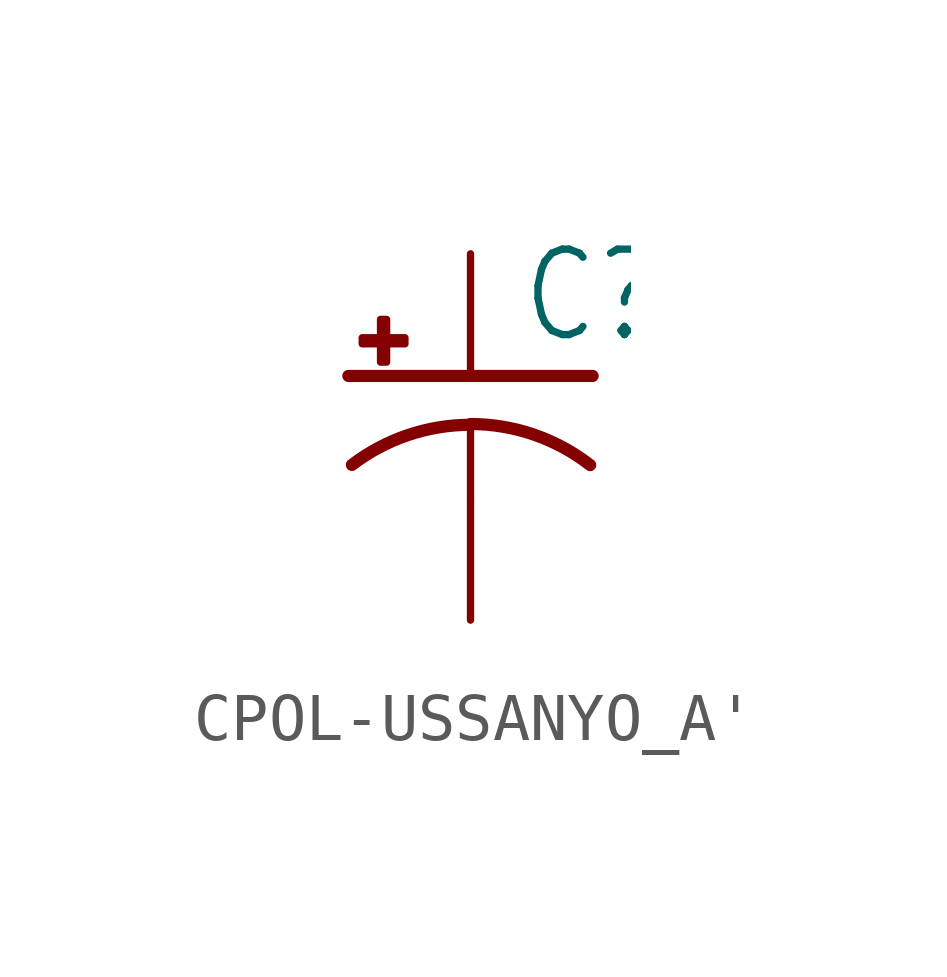
<source format=kicad_sym>
(kicad_symbol_lib
  (version 20231120)
  (generator "kicad_symbol_editor")
  (generator_version "8.0")
  (symbol "CPOL-USSANYO_A'"
    (property "Reference" "C"
      (at 1.016 0.635 0)
      (effects (font (size 1.778 1.511)) (justify left bottom)))
    (property "Value" ""
      (at 1.016 -4.191 0)
      (effects (font (size 1.778 1.511)) (justify left bottom)))
    (property "ki_locked" ""
      (at 0 0 0)
      (effects (font (size 1.27 1.27))))
    (symbol "CPOL-USSANYO_A'_1_0"
      (rectangle (start -2.253 0.668) (end -1.364 0.795) (stroke (width 0) (type default)) (fill (type outline)))
      (rectangle (start -1.872 0.287) (end -1.745 1.176) (stroke (width 0) (type default)) (fill (type outline)))
      (arc (start 0 -1.0161) (mid -1.3021 -1.2303) (end -2.4669 -1.8504) (stroke (width 0.254) (type solid)) (fill (type none)))
      (polyline (pts (xy -2.54 0) (xy 2.54 0)) (stroke (width 0.254) (type solid)) (fill (type none)))
      (polyline (pts (xy 0 -1.016) (xy 0 -2.54)) (stroke (width 0.152) (type solid)) (fill (type none)))
      (arc (start 2.4892 -1.8541) (mid 1.3158 -1.2194) (end 0 -1) (stroke (width 0.254) (type solid)) (fill (type none)))
      (pin passive line (at 0 2.54 270) (length 2.54) (name "+" (effects (font (size 0 0)))) (number "+" (effects (font (size 0 0)))))
      (pin passive line (at 0 -5.08 90) (length 2.54) (name "-" (effects (font (size 0 0)))) (number "-" (effects (font (size 0 0))))))))
</source>
